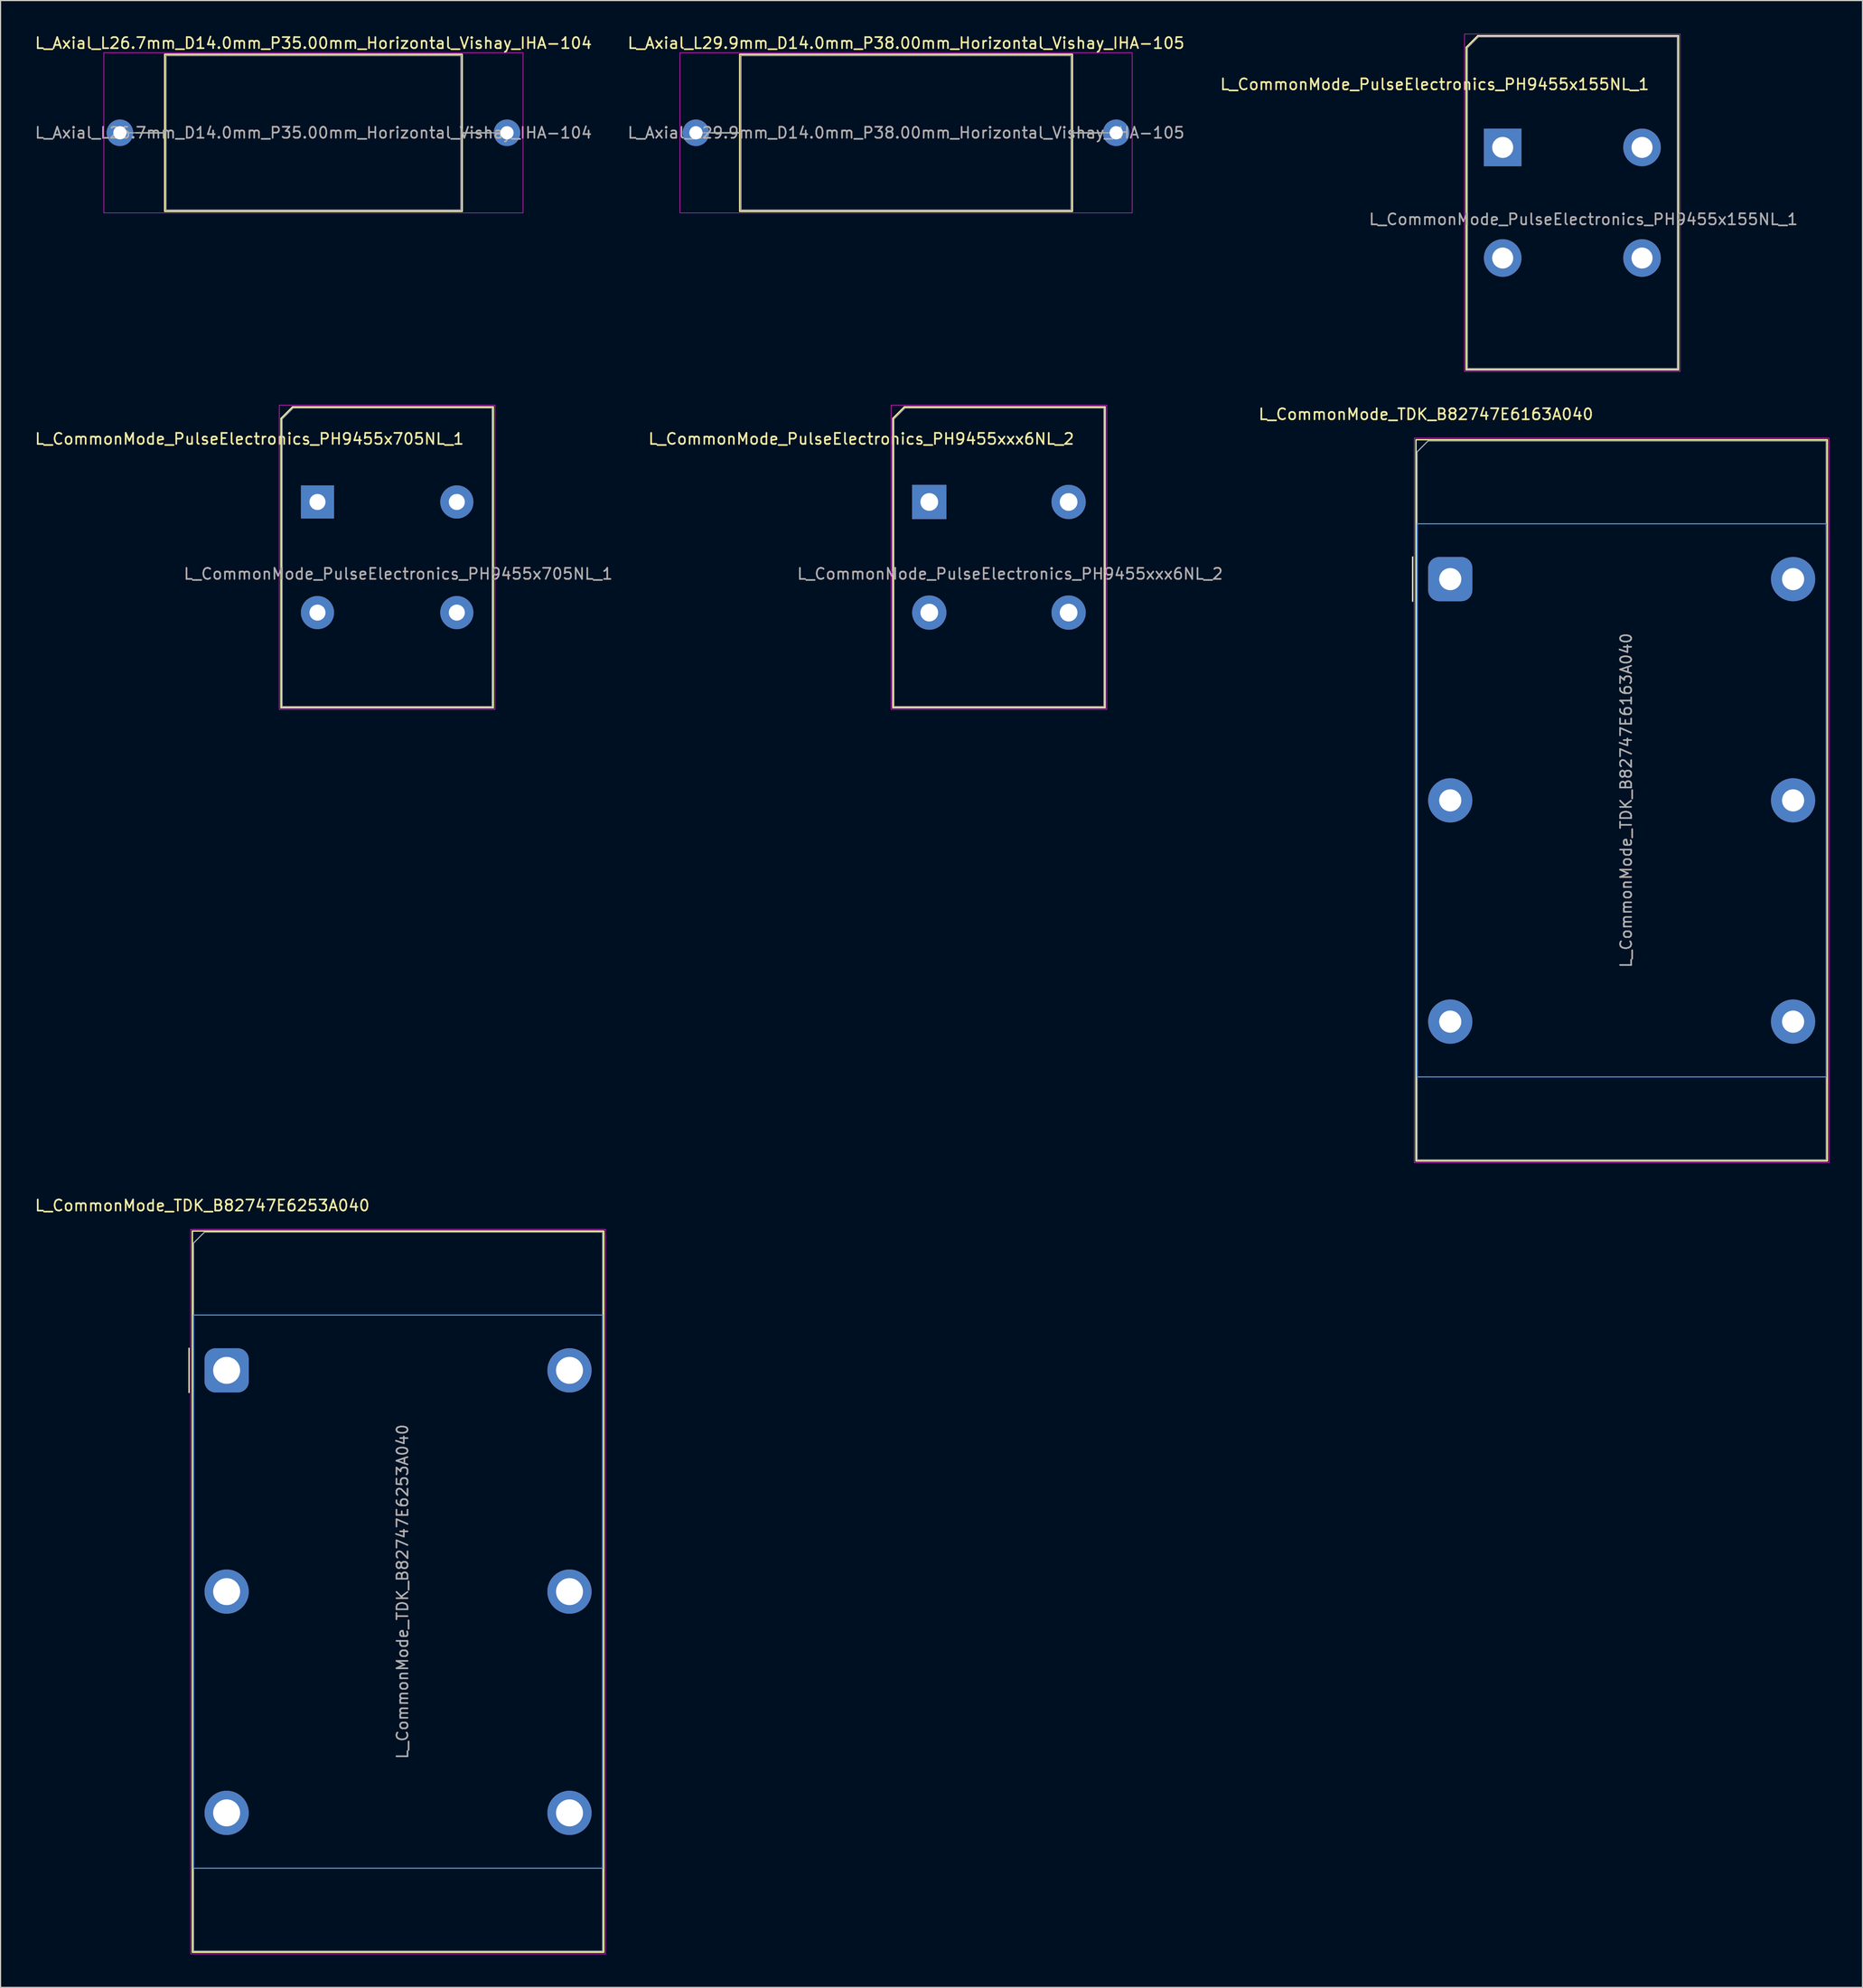
<source format=kicad_pcb>
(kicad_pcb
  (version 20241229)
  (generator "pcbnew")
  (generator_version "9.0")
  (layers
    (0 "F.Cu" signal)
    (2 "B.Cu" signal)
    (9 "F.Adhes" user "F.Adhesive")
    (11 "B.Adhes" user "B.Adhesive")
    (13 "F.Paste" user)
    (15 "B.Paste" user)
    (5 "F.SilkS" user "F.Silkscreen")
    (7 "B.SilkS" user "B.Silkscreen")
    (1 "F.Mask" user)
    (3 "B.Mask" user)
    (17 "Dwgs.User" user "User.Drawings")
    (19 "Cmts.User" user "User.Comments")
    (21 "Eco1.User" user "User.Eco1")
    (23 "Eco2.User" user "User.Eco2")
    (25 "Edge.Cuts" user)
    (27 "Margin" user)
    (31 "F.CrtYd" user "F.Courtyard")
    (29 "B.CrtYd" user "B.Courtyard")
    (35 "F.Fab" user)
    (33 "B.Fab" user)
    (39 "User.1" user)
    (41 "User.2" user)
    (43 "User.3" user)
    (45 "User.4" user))
  (footprint "L_CommonMode_PulseElectronics_PH9455x155NL_1"
    (layer "F.Cu")
    (at 132.823 10.275)
    (property "Reference" "L_CommonMode_PulseElectronics_PH9455x155NL_1" (at -6.15 -5.7 0) (unlocked yes) (layer "F.SilkS") (effects (font (size 1 1) (thickness 0.15))))
    (attr through_hole)
    (fp_line (start -3.3 -9.05) (end -3.3 20.1) (stroke (width 0.12) (type solid)) (layer "F.SilkS"))
    (fp_line (start -3.3 20.1) (end 15.9 20.1) (stroke (width 0.12) (type solid)) (layer "F.SilkS"))
    (fp_line (start -2.25 -10.1) (end -3.3 -9.05) (stroke (width 0.12) (type solid)) (layer "F.SilkS"))
    (fp_line (start 15.9 -10.1) (end -2.25 -10.1) (stroke (width 0.12) (type solid)) (layer "F.SilkS"))
    (fp_line (start 15.9 20.1) (end 15.9 -10.1) (stroke (width 0.12) (type solid)) (layer "F.SilkS"))
    (fp_rect (start -3.45 -10.25) (end 16.05 20.25) (stroke (width 0.05) (type solid)) (fill no) (layer "F.CrtYd"))
    (fp_line (start -3.2 -9) (end -2.2 -10) (stroke (width 0.1) (type solid)) (layer "F.Fab"))
    (fp_line (start -3.2 20) (end -3.2 -9) (stroke (width 0.1) (type solid)) (layer "F.Fab"))
    (fp_line (start -2.2 -10) (end 15.8 -10) (stroke (width 0.1) (type solid)) (layer "F.Fab"))
    (fp_line (start 15.8 -10) (end 15.8 20) (stroke (width 0.1) (type solid)) (layer "F.Fab"))
    (fp_line (start 15.8 20) (end -3.2 20) (stroke (width 0.1) (type solid)) (layer "F.Fab"))
    (fp_text user "${REFERENCE}" (at 7.3 6.5 0) (unlocked yes) (layer "F.Fab") (effects (font (size 1 1) (thickness 0.15))))
    (pad "1" thru_hole rect (at 0 0) (size 3.4 3.4) (drill 1.9) (layers "*.Cu" "*.Mask"))
    (pad "2" thru_hole circle (at 0 10) (size 3.4 3.4) (drill 1.9) (layers "*.Cu" "*.Mask"))
    (pad "3" thru_hole circle (at 12.6 10) (size 3.4 3.4) (drill 1.9) (layers "*.Cu" "*.Mask"))
    (pad "4" thru_hole circle (at 12.6 0) (size 3.4 3.4) (drill 1.9) (layers "*.Cu" "*.Mask")))
  (footprint "L_CommonMode_PulseElectronics_PH9455xxx6NL_2"
    (layer "F.Cu")
    (at 80.975 42.325)
    (property "Reference" "L_CommonMode_PulseElectronics_PH9455xxx6NL_2" (at -6.15 -5.7 0) (unlocked yes) (layer "F.SilkS") (effects (font (size 1 1) (thickness 0.15))))
    (attr through_hole)
    (fp_line (start -3.3 -7.55) (end -3.3 18.6) (stroke (width 0.12) (type solid)) (layer "F.SilkS"))
    (fp_line (start -3.3 18.6) (end 15.9 18.6) (stroke (width 0.12) (type solid)) (layer "F.SilkS"))
    (fp_line (start -2.25 -8.6) (end -3.3 -7.55) (stroke (width 0.12) (type solid)) (layer "F.SilkS"))
    (fp_line (start 15.9 -8.6) (end -2.25 -8.6) (stroke (width 0.12) (type solid)) (layer "F.SilkS"))
    (fp_line (start 15.9 18.6) (end 15.9 -8.6) (stroke (width 0.12) (type solid)) (layer "F.SilkS"))
    (fp_rect (start -3.45 -8.75) (end 16.05 18.75) (stroke (width 0.05) (type solid)) (fill no) (layer "F.CrtYd"))
    (fp_line (start -3.2 -7.5) (end -2.2 -8.5) (stroke (width 0.1) (type solid)) (layer "F.Fab"))
    (fp_line (start -3.2 18.5) (end -3.2 -7.5) (stroke (width 0.1) (type solid)) (layer "F.Fab"))
    (fp_line (start -2.2 -8.5) (end 15.8 -8.5) (stroke (width 0.1) (type solid)) (layer "F.Fab"))
    (fp_line (start 15.8 -8.5) (end 15.8 18.5) (stroke (width 0.1) (type solid)) (layer "F.Fab"))
    (fp_line (start 15.8 18.5) (end -3.2 18.5) (stroke (width 0.1) (type solid)) (layer "F.Fab"))
    (fp_text user "${REFERENCE}" (at 7.3 6.5 0) (unlocked yes) (layer "F.Fab") (effects (font (size 1 1) (thickness 0.15))))
    (pad "1" thru_hole rect (at 0 0) (size 3.1 3.1) (drill 1.6) (layers "*.Cu" "*.Mask"))
    (pad "2" thru_hole circle (at 0 10) (size 3.1 3.1) (drill 1.6) (layers "*.Cu" "*.Mask"))
    (pad "3" thru_hole circle (at 12.6 10) (size 3.1 3.1) (drill 1.6) (layers "*.Cu" "*.Mask"))
    (pad "4" thru_hole circle (at 12.6 0) (size 3.1 3.1) (drill 1.6) (layers "*.Cu" "*.Mask")))
  (footprint "L_Axial_L29.9mm_D14.0mm_P38.00mm_Horizontal_Vishay_IHA-105"
    (layer "F.Cu")
    (at 59.875 8.953)
    (property "Reference" "L_Axial_L29.9mm_D14.0mm_P38.00mm_Horizontal_Vishay_IHA-105" (at 19 -8.105 0) (layer "F.SilkS") (effects (font (size 1 1) (thickness 0.15))))
    (attr through_hole)
    (fp_line (start 1.44 0) (end 3.955 0) (stroke (width 0.12) (type solid)) (layer "F.SilkS"))
    (fp_line (start 36.56 0) (end 34.045 0) (stroke (width 0.12) (type solid)) (layer "F.SilkS"))
    (fp_rect (start 3.955 -7.105) (end 34.045 7.105) (stroke (width 0.12) (type solid)) (fill no) (layer "F.SilkS"))
    (fp_rect (start -1.45 -7.24) (end 39.45 7.24) (stroke (width 0.05) (type solid)) (fill no) (layer "F.CrtYd"))
    (fp_line (start 0 0) (end 4.075 0) (stroke (width 0.1) (type solid)) (layer "F.Fab"))
    (fp_line (start 38 0) (end 33.925 0) (stroke (width 0.1) (type solid)) (layer "F.Fab"))
    (fp_rect (start 4.075 -6.985) (end 33.925 6.985) (stroke (width 0.1) (type solid)) (fill no) (layer "F.Fab"))
    (fp_text user "${REFERENCE}" (at 19 0 0) (layer "F.Fab") (effects (font (size 1 1) (thickness 0.15))))
    (pad "1" thru_hole circle (at 0 0) (size 2.4 2.4) (drill 1.2) (layers "*.Cu" "*.Mask"))
    (pad "2" thru_hole circle (at 38 0) (size 2.4 2.4) (drill 1.2) (layers "*.Cu" "*.Mask")))
  (footprint "L_CommonMode_TDK_B82747E6163A040"
    (layer "F.Cu")
    (at 128.082 49.298)
    (property "Reference" "L_CommonMode_TDK_B82747E6163A040" (at -2.2 -14.9 0) (layer "F.SilkS") (effects (font (size 1 1) (thickness 0.15))))
    (attr through_hole)
    (fp_line (start -3.4 -2) (end -3.4 2) (stroke (width 0.12) (type default)) (layer "F.SilkS"))
    (fp_rect (start -3.1 52.6) (end 34.1 -12.6) (stroke (width 0.12) (type default)) (fill no) (layer "F.SilkS"))
    (fp_rect (start -3 45) (end 34 -5) (stroke (width 0.1) (type default)) (fill no) (layer "Cmts.User"))
    (fp_rect (start -3.25 52.75) (end 34.25 -12.75) (stroke (width 0.05) (type default)) (fill no) (layer "F.CrtYd"))
    (fp_line (start -3 -11.5) (end -3 52.5) (stroke (width 0.1) (type default)) (layer "F.Fab"))
    (fp_line (start -3 -11.5) (end -2 -12.5) (stroke (width 0.1) (type default)) (layer "F.Fab"))
    (fp_line (start -3 52.5) (end 34 52.5) (stroke (width 0.1) (type default)) (layer "F.Fab"))
    (fp_line (start 34 -12.5) (end -2 -12.5) (stroke (width 0.1) (type default)) (layer "F.Fab"))
    (fp_line (start 34 -12.5) (end 34 52.5) (stroke (width 0.1) (type default)) (layer "F.Fab"))
    (fp_text user "${REFERENCE}" (at 15.9 20 90) (layer "F.Fab") (effects (font (size 1 1) (thickness 0.15))))
    (pad "1" thru_hole roundrect (at 0 0 90) (size 4 4) (drill 2) (layers "*.Cu" "*.Mask") (roundrect_rratio 0.25))
    (pad "2" thru_hole circle (at 0 20 90) (size 4 4) (drill 2) (layers "*.Cu" "*.Mask"))
    (pad "3" thru_hole circle (at 0 40 90) (size 4 4) (drill 2) (layers "*.Cu" "*.Mask"))
    (pad "4" thru_hole circle (at 31 40 90) (size 4 4) (drill 2) (layers "*.Cu" "*.Mask"))
    (pad "5" thru_hole circle (at 31 20 90) (size 4 4) (drill 2) (layers "*.Cu" "*.Mask"))
    (pad "6" thru_hole circle (at 31 0 90) (size 4 4) (drill 2) (layers "*.Cu" "*.Mask")))
  (footprint "L_CommonMode_PulseElectronics_PH9455x705NL_1"
    (layer "F.Cu")
    (at 25.656 42.325)
    (property "Reference" "L_CommonMode_PulseElectronics_PH9455x705NL_1" (at -6.15 -5.7 0) (unlocked yes) (layer "F.SilkS") (effects (font (size 1 1) (thickness 0.15))))
    (attr through_hole)
    (fp_line (start -3.3 -7.55) (end -3.3 18.6) (stroke (width 0.12) (type solid)) (layer "F.SilkS"))
    (fp_line (start -3.3 18.6) (end 15.9 18.6) (stroke (width 0.12) (type solid)) (layer "F.SilkS"))
    (fp_line (start -2.25 -8.6) (end -3.3 -7.55) (stroke (width 0.12) (type solid)) (layer "F.SilkS"))
    (fp_line (start 15.9 -8.6) (end -2.25 -8.6) (stroke (width 0.12) (type solid)) (layer "F.SilkS"))
    (fp_line (start 15.9 18.6) (end 15.9 -8.6) (stroke (width 0.12) (type solid)) (layer "F.SilkS"))
    (fp_rect (start -3.45 -8.75) (end 16.05 18.75) (stroke (width 0.05) (type solid)) (fill no) (layer "F.CrtYd"))
    (fp_line (start -3.2 -7.5) (end -2.2 -8.5) (stroke (width 0.1) (type solid)) (layer "F.Fab"))
    (fp_line (start -3.2 18.5) (end -3.2 -7.5) (stroke (width 0.1) (type solid)) (layer "F.Fab"))
    (fp_line (start -2.2 -8.5) (end 15.8 -8.5) (stroke (width 0.1) (type solid)) (layer "F.Fab"))
    (fp_line (start 15.8 -8.5) (end 15.8 18.5) (stroke (width 0.1) (type solid)) (layer "F.Fab"))
    (fp_line (start 15.8 18.5) (end -3.2 18.5) (stroke (width 0.1) (type solid)) (layer "F.Fab"))
    (fp_text user "${REFERENCE}" (at 7.3 6.5 0) (unlocked yes) (layer "F.Fab") (effects (font (size 1 1) (thickness 0.15))))
    (pad "1" thru_hole rect (at 0 0) (size 3 3) (drill 1.45) (layers "*.Cu" "*.Mask"))
    (pad "2" thru_hole circle (at 0 10) (size 3 3) (drill 1.45) (layers "*.Cu" "*.Mask"))
    (pad "3" thru_hole circle (at 12.6 10) (size 3 3) (drill 1.45) (layers "*.Cu" "*.Mask"))
    (pad "4" thru_hole circle (at 12.6 0) (size 3 3) (drill 1.45) (layers "*.Cu" "*.Mask")))
  (footprint "L_Axial_L26.7mm_D14.0mm_P35.00mm_Horizontal_Vishay_IHA-104"
    (layer "F.Cu")
    (at 7.792 8.953)
    (property "Reference" "L_Axial_L26.7mm_D14.0mm_P35.00mm_Horizontal_Vishay_IHA-104" (at 17.5 -8.105 0) (layer "F.SilkS") (effects (font (size 1 1) (thickness 0.15))))
    (attr through_hole)
    (fp_line (start 1.44 0) (end 4.045 0) (stroke (width 0.12) (type solid)) (layer "F.SilkS"))
    (fp_line (start 33.56 0) (end 30.955 0) (stroke (width 0.12) (type solid)) (layer "F.SilkS"))
    (fp_rect (start 4.045 -7.105) (end 30.955 7.105) (stroke (width 0.12) (type solid)) (fill no) (layer "F.SilkS"))
    (fp_rect (start -1.45 -7.24) (end 36.45 7.24) (stroke (width 0.05) (type solid)) (fill no) (layer "F.CrtYd"))
    (fp_line (start 0 0) (end 4.165 0) (stroke (width 0.1) (type solid)) (layer "F.Fab"))
    (fp_line (start 35 0) (end 30.835 0) (stroke (width 0.1) (type solid)) (layer "F.Fab"))
    (fp_rect (start 4.165 -6.985) (end 30.835 6.985) (stroke (width 0.1) (type solid)) (fill no) (layer "F.Fab"))
    (fp_text user "${REFERENCE}" (at 17.5 0 0) (layer "F.Fab") (effects (font (size 1 1) (thickness 0.15))))
    (pad "1" thru_hole circle (at 0 0) (size 2.4 2.4) (drill 1.2) (layers "*.Cu" "*.Mask"))
    (pad "2" thru_hole circle (at 35 0) (size 2.4 2.4) (drill 1.2) (layers "*.Cu" "*.Mask")))
  (footprint "L_CommonMode_TDK_B82747E6253A040"
    (layer "F.Cu")
    (at 17.444 120.822)
    (property "Reference" "L_CommonMode_TDK_B82747E6253A040" (at -2.2 -14.9 0) (layer "F.SilkS") (effects (font (size 1 1) (thickness 0.15))))
    (attr through_hole)
    (fp_line (start -3.4 -2) (end -3.4 2) (stroke (width 0.12) (type default)) (layer "F.SilkS"))
    (fp_rect (start -3.1 52.6) (end 34.1 -12.6) (stroke (width 0.12) (type default)) (fill no) (layer "F.SilkS"))
    (fp_rect (start -3 45) (end 34 -5) (stroke (width 0.1) (type default)) (fill no) (layer "Cmts.User"))
    (fp_rect (start -3.25 52.75) (end 34.25 -12.75) (stroke (width 0.05) (type default)) (fill no) (layer "F.CrtYd"))
    (fp_line (start -3 -11.5) (end -3 52.5) (stroke (width 0.1) (type default)) (layer "F.Fab"))
    (fp_line (start -3 -11.5) (end -2 -12.5) (stroke (width 0.1) (type default)) (layer "F.Fab"))
    (fp_line (start -3 52.5) (end 34 52.5) (stroke (width 0.1) (type default)) (layer "F.Fab"))
    (fp_line (start 34 -12.5) (end -2 -12.5) (stroke (width 0.1) (type default)) (layer "F.Fab"))
    (fp_line (start 34 -12.5) (end 34 52.5) (stroke (width 0.1) (type default)) (layer "F.Fab"))
    (fp_text user "${REFERENCE}" (at 15.9 20 90) (layer "F.Fab") (effects (font (size 1 1) (thickness 0.15))))
    (pad "1" thru_hole roundrect (at 0 0 90) (size 4 4) (drill 2.44) (layers "*.Cu" "*.Mask") (roundrect_rratio 0.25))
    (pad "2" thru_hole circle (at 0 20 90) (size 4 4) (drill 2.44) (layers "*.Cu" "*.Mask"))
    (pad "3" thru_hole circle (at 0 40 90) (size 4 4) (drill 2.44) (layers "*.Cu" "*.Mask"))
    (pad "4" thru_hole circle (at 31 40 90) (size 4 4) (drill 2.44) (layers "*.Cu" "*.Mask"))
    (pad "5" thru_hole circle (at 31 20 90) (size 4 4) (drill 2.44) (layers "*.Cu" "*.Mask"))
    (pad "6" thru_hole circle (at 31 0 90) (size 4 4) (drill 2.44) (layers "*.Cu" "*.Mask")))
  (gr_rect
    (start -3 -3)
    (end 165.357 176.596)
    (stroke (width 0.1) (type default))
    (fill no)
    (layer "Edge.Cuts")))
</source>
